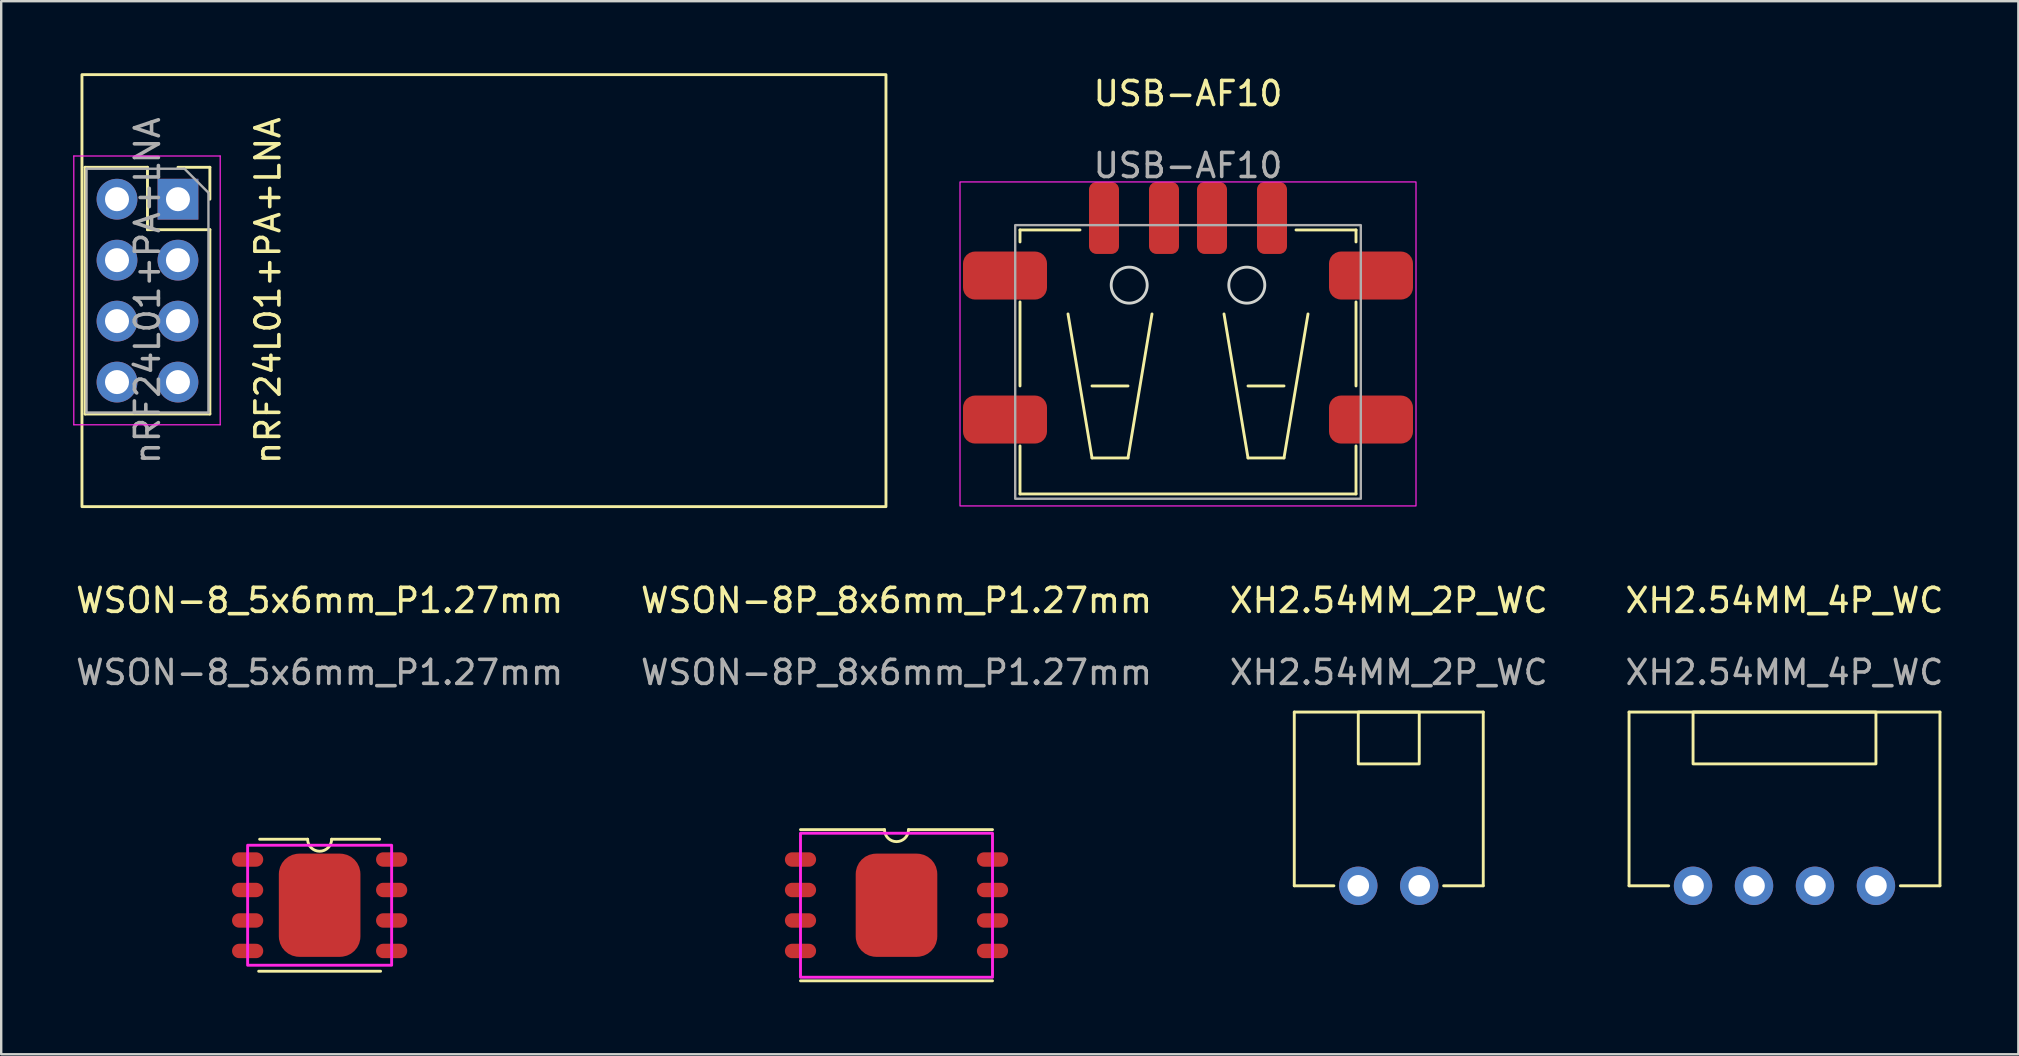
<source format=kicad_pcb>
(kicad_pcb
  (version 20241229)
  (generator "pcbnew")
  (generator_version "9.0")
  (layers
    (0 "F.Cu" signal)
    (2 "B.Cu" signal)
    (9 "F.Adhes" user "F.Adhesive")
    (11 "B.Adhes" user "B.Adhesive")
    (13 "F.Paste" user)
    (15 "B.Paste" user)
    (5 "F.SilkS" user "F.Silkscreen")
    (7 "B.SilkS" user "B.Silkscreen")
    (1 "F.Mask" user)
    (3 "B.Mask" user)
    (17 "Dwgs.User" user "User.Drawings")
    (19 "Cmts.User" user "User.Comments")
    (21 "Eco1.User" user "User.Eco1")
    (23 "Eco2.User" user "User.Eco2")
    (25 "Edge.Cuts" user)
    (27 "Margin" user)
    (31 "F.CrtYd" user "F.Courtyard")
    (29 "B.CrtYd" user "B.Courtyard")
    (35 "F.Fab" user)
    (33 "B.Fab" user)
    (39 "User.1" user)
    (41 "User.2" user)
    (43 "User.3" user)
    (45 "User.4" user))
  (footprint "WSON-8_5x6mm_P1.27mm"
    (layer "F.Cu")
    (at 10.268 34.668)
    (property "Reference" "WSON-8_5x6mm_P1.27mm" (at 0 -12.7 0) (unlocked yes) (layer "F.SilkS") (effects (font (size 1 1) (thickness 0.15))))
    (attr smd)
    (fp_line (start -2.54 2.75) (end 2.54 2.75) (stroke (width 0.12) (type default)) (layer "F.SilkS"))
    (fp_line (start -2.5 -2.75) (end -0.5 -2.75) (stroke (width 0.12) (type default)) (layer "F.SilkS"))
    (fp_line (start 0.5 -2.75) (end 2.5 -2.75) (stroke (width 0.12) (type default)) (layer "F.SilkS"))
    (fp_arc (start 0.5 -2.75) (mid 0 -2.25) (end -0.5 -2.75) (stroke (width 0.12) (type default)) (layer "F.SilkS"))
    (fp_rect (start -3 -2.5) (end 3 2.5) (stroke (width 0.12) (type default)) (fill no) (layer "F.CrtYd"))
    (fp_text user "${REFERENCE}" (at 0 -9.7 0) (unlocked yes) (layer "F.Fab") (effects (font (size 1 1) (thickness 0.15))))
    (pad "1" smd oval (at -3 -1.905) (size 1.3 0.6) (layers "F.Cu" "F.Mask" "F.Paste"))
    (pad "2" smd oval (at -3 -0.635) (size 1.3 0.6) (layers "F.Cu" "F.Mask" "F.Paste"))
    (pad "3" smd oval (at -3 0.635) (size 1.3 0.6) (layers "F.Cu" "F.Mask" "F.Paste"))
    (pad "4" smd oval (at -3 1.905) (size 1.3 0.6) (layers "F.Cu" "F.Mask" "F.Paste"))
    (pad "5" smd oval (at 3 1.905) (size 1.3 0.6) (layers "F.Cu" "F.Mask" "F.Paste"))
    (pad "6" smd oval (at 3 0.635) (size 1.3 0.6) (layers "F.Cu" "F.Mask" "F.Paste"))
    (pad "7" smd oval (at 3 -0.635) (size 1.3 0.6) (layers "F.Cu" "F.Mask" "F.Paste"))
    (pad "8" smd oval (at 3 -1.905) (size 1.3 0.6) (layers "F.Cu" "F.Mask" "F.Paste"))
    (pad "9" smd roundrect (at 0 0) (size 3.4 4.3) (layers "F.Cu" "F.Mask" "F.Paste") (roundrect_rratio 0.25)))
  (footprint "USB-AF10"
    (layer "F.Cu")
    (at 46.45 6.031)
    (property "Reference" "USB-AF10" (at 0 -5.183 0) (unlocked yes) (layer "F.SilkS") (effects (font (size 1 1) (thickness 0.15))))
    (attr smd)
    (fp_line (start -7 0.5) (end -7 1) (stroke (width 0.12) (type solid)) (layer "F.SilkS"))
    (fp_line (start -7 3.5) (end -7 7) (stroke (width 0.12) (type solid)) (layer "F.SilkS"))
    (fp_line (start -7 9.5) (end -7 11.5) (stroke (width 0.12) (type solid)) (layer "F.SilkS"))
    (fp_line (start -7 11.5) (end 7 11.5) (stroke (width 0.12) (type solid)) (layer "F.SilkS"))
    (fp_line (start -5 4) (end -4 10) (stroke (width 0.12) (type solid)) (layer "F.SilkS"))
    (fp_line (start -4.5 0.5) (end -7 0.5) (stroke (width 0.12) (type solid)) (layer "F.SilkS"))
    (fp_line (start -4 7) (end -2.5 7) (stroke (width 0.12) (type solid)) (layer "F.SilkS"))
    (fp_line (start -4 10) (end -2.5 10) (stroke (width 0.12) (type solid)) (layer "F.SilkS"))
    (fp_line (start -2.5 10) (end -1.5 4) (stroke (width 0.12) (type solid)) (layer "F.SilkS"))
    (fp_line (start 1.5 4) (end 2.5 10) (stroke (width 0.12) (type solid)) (layer "F.SilkS"))
    (fp_line (start 2.5 7) (end 4 7) (stroke (width 0.12) (type solid)) (layer "F.SilkS"))
    (fp_line (start 2.5 10) (end 4 10) (stroke (width 0.12) (type solid)) (layer "F.SilkS"))
    (fp_line (start 4 10) (end 5 4) (stroke (width 0.12) (type solid)) (layer "F.SilkS"))
    (fp_line (start 4.5 0.5) (end 7 0.5) (stroke (width 0.12) (type solid)) (layer "F.SilkS"))
    (fp_line (start 7 0.5) (end 7 1) (stroke (width 0.12) (type solid)) (layer "F.SilkS"))
    (fp_line (start 7 7) (end 7 3.5) (stroke (width 0.12) (type solid)) (layer "F.SilkS"))
    (fp_line (start 7 11.5) (end 7 9.5) (stroke (width 0.12) (type solid)) (layer "F.SilkS"))
    (fp_circle (center -2.45 2.8) (end -1.7 2.8) (stroke (width 0.12) (type solid)) (fill no) (layer "Edge.Cuts"))
    (fp_circle (center 2.45 2.8) (end 3.2 2.8) (stroke (width 0.12) (type solid)) (fill no) (layer "Edge.Cuts"))
    (fp_rect (start -9.5 -1.5) (end 9.5 12) (stroke (width 0.05) (type solid)) (fill no) (layer "F.CrtYd"))
    (fp_rect (start -7.2 0.3) (end 7.2 11.7) (stroke (width 0.1) (type solid)) (fill no) (layer "F.Fab"))
    (fp_text user "${REFERENCE}" (at 0 -2.183 0) (unlocked yes) (layer "F.Fab") (effects (font (size 1 1) (thickness 0.15))))
    (pad "1" smd roundrect (at -3.5 0) (size 1.25 3) (layers "F.Cu" "F.Mask" "F.Paste") (roundrect_rratio 0.25))
    (pad "2" smd roundrect (at -1 0) (size 1.25 3) (layers "F.Cu" "F.Mask" "F.Paste") (roundrect_rratio 0.25))
    (pad "3" smd roundrect (at 1 0) (size 1.25 3) (layers "F.Cu" "F.Mask" "F.Paste") (roundrect_rratio 0.25))
    (pad "4" smd roundrect (at 3.5 0) (size 1.25 3) (layers "F.Cu" "F.Mask" "F.Paste") (roundrect_rratio 0.25))
    (pad "5" smd roundrect (at -7.625 2.4) (size 3.5 2) (layers "F.Cu" "F.Mask" "F.Paste") (roundrect_rratio 0.25))
    (pad "5" smd roundrect (at -7.625 8.4) (size 3.5 2) (layers "F.Cu" "F.Mask" "F.Paste") (roundrect_rratio 0.25))
    (pad "5" smd roundrect (at 7.625 2.4) (size 3.5 2) (layers "F.Cu" "F.Mask" "F.Paste") (roundrect_rratio 0.25))
    (pad "5" smd roundrect (at 7.625 8.4) (size 3.5 2) (layers "F.Cu" "F.Mask" "F.Paste") (roundrect_rratio 0.25)))
  (footprint "XH2.54MM_4P_WC"
    (layer "F.Cu")
    (at 71.304 33.858)
    (property "Reference" "XH2.54MM_4P_WC" (at 0 -11.89 0) (unlocked yes) (layer "F.SilkS") (effects (font (size 1 1) (thickness 0.15))))
    (attr through_hole)
    (fp_line (start -6.477 -7.239) (end 6.477 -7.239) (stroke (width 0.12) (type default)) (layer "F.SilkS"))
    (fp_line (start -6.477 0) (end -6.477 -7.239) (stroke (width 0.12) (type default)) (layer "F.SilkS"))
    (fp_line (start -4.826 0) (end -6.477 0) (stroke (width 0.12) (type default)) (layer "F.SilkS"))
    (fp_line (start 6.477 -7.239) (end 6.477 0) (stroke (width 0.12) (type default)) (layer "F.SilkS"))
    (fp_line (start 6.477 0) (end 4.826 0) (stroke (width 0.12) (type default)) (layer "F.SilkS"))
    (fp_rect (start -3.81 -7.239) (end 3.81 -5.08) (stroke (width 0.12) (type default)) (fill no) (layer "F.SilkS"))
    (fp_text user "${REFERENCE}" (at 0 -8.89 0) (unlocked yes) (layer "F.Fab") (effects (font (size 1 1) (thickness 0.15))))
    (pad "1" thru_hole circle (at -3.81 0) (size 1.6 1.6) (drill 0.9) (layers "*.Cu" "*.Mask"))
    (pad "2" thru_hole circle (at -1.27 0) (size 1.6 1.6) (drill 0.9) (layers "*.Cu" "*.Mask"))
    (pad "3" thru_hole circle (at 1.27 0) (size 1.6 1.6) (drill 0.9) (layers "*.Cu" "*.Mask"))
    (pad "4" thru_hole circle (at 3.81 0) (size 1.6 1.6) (drill 0.9) (layers "*.Cu" "*.Mask")))
  (footprint "XH2.54MM_2P_WC"
    (layer "F.Cu")
    (at 54.815 33.858)
    (property "Reference" "XH2.54MM_2P_WC" (at 0 -11.89 0) (unlocked yes) (layer "F.SilkS") (effects (font (size 1 1) (thickness 0.15))))
    (attr through_hole)
    (fp_line (start -3.937 -7.239) (end 3.937 -7.239) (stroke (width 0.12) (type default)) (layer "F.SilkS"))
    (fp_line (start -3.937 0) (end -3.937 -7.239) (stroke (width 0.12) (type default)) (layer "F.SilkS"))
    (fp_line (start -2.286 0) (end -3.937 0) (stroke (width 0.12) (type default)) (layer "F.SilkS"))
    (fp_line (start 3.937 -7.239) (end 3.937 0) (stroke (width 0.12) (type default)) (layer "F.SilkS"))
    (fp_line (start 3.937 0) (end 2.286 0) (stroke (width 0.12) (type default)) (layer "F.SilkS"))
    (fp_rect (start -1.27 -7.239) (end 1.27 -5.08) (stroke (width 0.12) (type default)) (fill no) (layer "F.SilkS"))
    (fp_text user "${REFERENCE}" (at 0 -8.89 0) (unlocked yes) (layer "F.Fab") (effects (font (size 1 1) (thickness 0.15))))
    (pad "1" thru_hole circle (at -1.27 0) (size 1.6 1.6) (drill 0.9) (layers "*.Cu" "*.Mask"))
    (pad "2" thru_hole circle (at 1.27 0) (size 1.6 1.6) (drill 0.9) (layers "*.Cu" "*.Mask")))
  (footprint "WSON-8P_8x6mm_P1.27mm"
    (layer "F.Cu")
    (at 34.304 34.668)
    (property "Reference" "WSON-8P_8x6mm_P1.27mm" (at 0 -12.7 0) (unlocked yes) (layer "F.SilkS") (effects (font (size 1 1) (thickness 0.15))))
    (attr smd)
    (fp_line (start -4 -3.15) (end -0.5 -3.15) (stroke (width 0.12) (type default)) (layer "F.SilkS"))
    (fp_line (start -4 3.15) (end 4 3.15) (stroke (width 0.12) (type default)) (layer "F.SilkS"))
    (fp_line (start 0.5 -3.15) (end 4 -3.15) (stroke (width 0.12) (type default)) (layer "F.SilkS"))
    (fp_arc (start 0.5 -3.15) (mid 0 -2.65) (end -0.5 -3.15) (stroke (width 0.12) (type default)) (layer "F.SilkS"))
    (fp_rect (start -4 -3) (end 4 3) (stroke (width 0.12) (type default)) (fill no) (layer "F.CrtYd"))
    (fp_text user "${REFERENCE}" (at 0 -9.7 0) (unlocked yes) (layer "F.Fab") (effects (font (size 1 1) (thickness 0.15))))
    (pad "1" smd oval (at -4 -1.905) (size 1.3 0.6) (layers "F.Cu" "F.Mask" "F.Paste"))
    (pad "2" smd oval (at -4 -0.635) (size 1.3 0.6) (layers "F.Cu" "F.Mask" "F.Paste"))
    (pad "3" smd oval (at -4 0.635) (size 1.3 0.6) (layers "F.Cu" "F.Mask" "F.Paste"))
    (pad "4" smd oval (at -4 1.905) (size 1.3 0.6) (layers "F.Cu" "F.Mask" "F.Paste"))
    (pad "5" smd oval (at 4 1.905) (size 1.3 0.6) (layers "F.Cu" "F.Mask" "F.Paste"))
    (pad "6" smd oval (at 4 0.635) (size 1.3 0.6) (layers "F.Cu" "F.Mask" "F.Paste"))
    (pad "7" smd oval (at 4 -0.635) (size 1.3 0.6) (layers "F.Cu" "F.Mask" "F.Paste"))
    (pad "8" smd oval (at 4 -1.905) (size 1.3 0.6) (layers "F.Cu" "F.Mask" "F.Paste"))
    (pad "9" smd roundrect (at 0 0) (size 3.4 4.3) (layers "F.Cu" "F.Mask" "F.Paste") (roundrect_rratio 0.25)))
  (footprint "nRF24L01+PA+LNA"
    (layer "F.Cu")
    (at 4.365 9.06)
    (property "Reference" "nRF24L01+PA+LNA" (at 3.75 0 90) (layer "F.SilkS") (effects (font (size 1 1) (thickness 0.15))))
    (attr through_hole)
    (fp_line (start -3.87 -5.14) (end -3.87 5.14) (stroke (width 0.12) (type solid)) (layer "F.SilkS"))
    (fp_line (start -3.87 -5.14) (end -1.27 -5.14) (stroke (width 0.12) (type solid)) (layer "F.SilkS"))
    (fp_line (start -3.87 5.14) (end 1.33 5.14) (stroke (width 0.12) (type solid)) (layer "F.SilkS"))
    (fp_line (start -1.27 -5.14) (end -1.27 -2.54) (stroke (width 0.12) (type solid)) (layer "F.SilkS"))
    (fp_line (start -1.27 -2.54) (end 1.33 -2.54) (stroke (width 0.12) (type solid)) (layer "F.SilkS"))
    (fp_line (start 0 -5.14) (end 1.33 -5.14) (stroke (width 0.12) (type solid)) (layer "F.SilkS"))
    (fp_line (start 1.33 -5.14) (end 1.33 -3.81) (stroke (width 0.12) (type solid)) (layer "F.SilkS"))
    (fp_line (start 1.33 -2.54) (end 1.33 5.14) (stroke (width 0.12) (type solid)) (layer "F.SilkS"))
    (fp_rect (start -4 -9) (end 29.5 9) (stroke (width 0.12) (type solid)) (fill no) (layer "F.SilkS"))
    (fp_line (start -4.34 -5.61) (end 1.76 -5.61) (stroke (width 0.05) (type solid)) (layer "F.CrtYd"))
    (fp_line (start -4.34 5.59) (end -4.34 -5.61) (stroke (width 0.05) (type solid)) (layer "F.CrtYd"))
    (fp_line (start 1.76 -5.61) (end 1.76 5.59) (stroke (width 0.05) (type solid)) (layer "F.CrtYd"))
    (fp_line (start 1.76 5.59) (end -4.34 5.59) (stroke (width 0.05) (type solid)) (layer "F.CrtYd"))
    (fp_line (start -3.81 -5.08) (end 0.27 -5.08) (stroke (width 0.1) (type solid)) (layer "F.Fab"))
    (fp_line (start -3.81 5.08) (end -3.81 -5.08) (stroke (width 0.1) (type solid)) (layer "F.Fab"))
    (fp_line (start 0.27 -5.08) (end 1.27 -4.08) (stroke (width 0.1) (type solid)) (layer "F.Fab"))
    (fp_line (start 1.27 -4.08) (end 1.27 5.08) (stroke (width 0.1) (type solid)) (layer "F.Fab"))
    (fp_line (start 1.27 5.08) (end -3.81 5.08) (stroke (width 0.1) (type solid)) (layer "F.Fab"))
    (fp_text user "${REFERENCE}" (at -1.27 0 90) (layer "F.Fab") (effects (font (size 1 1) (thickness 0.15))))
    (pad "1" thru_hole oval (at -2.54 -3.81) (size 1.7 1.7) (drill 1) (layers "*.Cu" "*.Mask"))
    (pad "2" thru_hole rect (at 0 -3.81) (size 1.7 1.7) (drill 1) (layers "*.Cu" "*.Mask"))
    (pad "3" thru_hole oval (at -2.54 -1.27) (size 1.7 1.7) (drill 1) (layers "*.Cu" "*.Mask"))
    (pad "4" thru_hole oval (at 0 -1.27) (size 1.7 1.7) (drill 1) (layers "*.Cu" "*.Mask"))
    (pad "5" thru_hole oval (at -2.54 1.27) (size 1.7 1.7) (drill 1) (layers "*.Cu" "*.Mask"))
    (pad "6" thru_hole oval (at 0 1.27) (size 1.7 1.7) (drill 1) (layers "*.Cu" "*.Mask"))
    (pad "7" thru_hole oval (at -2.54 3.81) (size 1.7 1.7) (drill 1) (layers "*.Cu" "*.Mask"))
    (pad "8" thru_hole oval (at 0 3.81) (size 1.7 1.7) (drill 1) (layers "*.Cu" "*.Mask")))
  (gr_rect
    (start -3 -3)
    (end 81.048 40.878)
    (stroke (width 0.1) (type default))
    (fill no)
    (layer "Edge.Cuts")))
</source>
